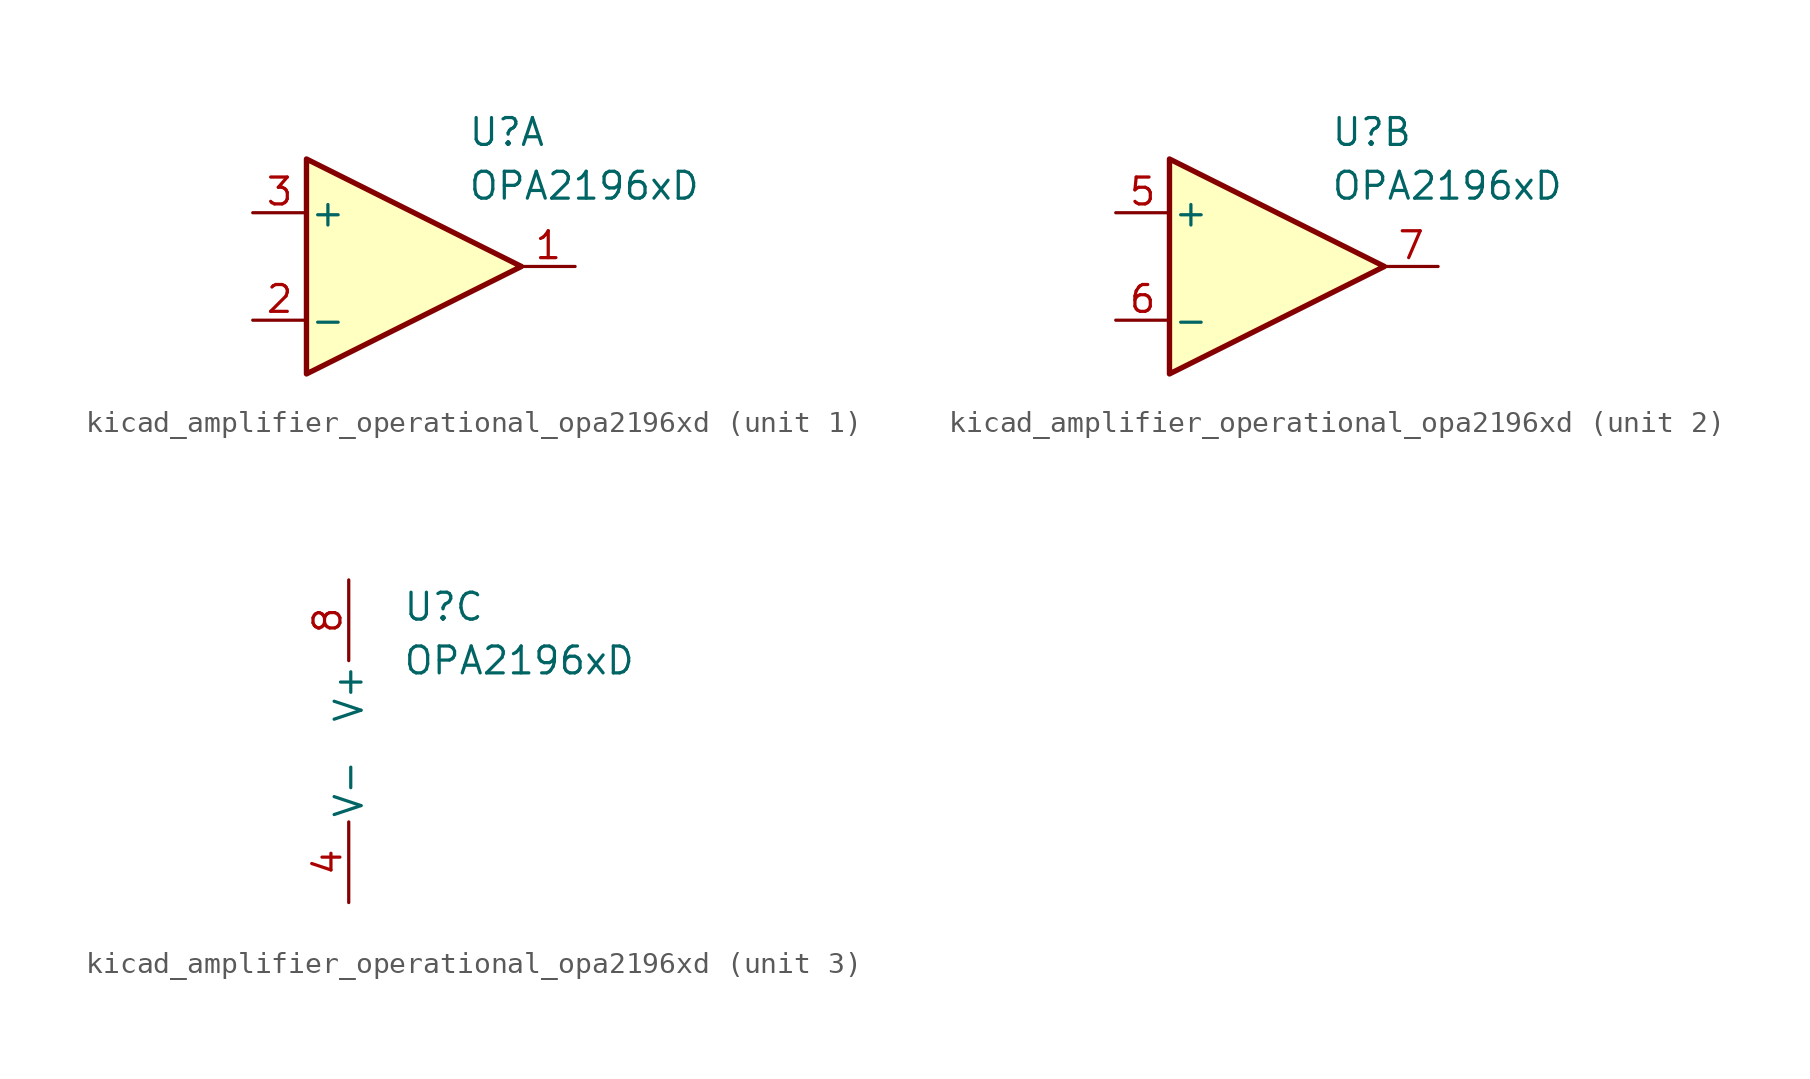
<source format=kicad_sym>
(kicad_symbol_lib
  (version 20220914)
  (generator kicad_symbol_editor)
  (symbol "kicad_amplifier_operational_opa2196xd"
    (pin_names
      (offset 0.127))
    (property "Reference" "U"
      (at 2.54 6.35 0)
      (effects (font (size 1.27 1.27)) (justify left)))
    (property "Value" "OPA2196xD"
      (at 2.54 3.81 0)
      (effects (font (size 1.27 1.27)) (justify left)))
    (property "ki_locked" ""
      (at 0 0 0)
      (effects (font (size 1.27 1.27))))
    (symbol "kicad_amplifier_operational_opa2196xd_1_1"
      (polyline (pts (xy 5.08 0) (xy -5.08 5.08) (xy -5.08 -5.08) (xy 5.08 0)) (stroke (width 0.254) (type default)) (fill (type background)))
      (pin output line (at 7.62 0 180) (length 2.54) (name "~" (effects (font (size 1.27 1.27)))) (number "1" (effects (font (size 1.27 1.27)))))
      (pin input line (at -7.62 -2.54 0) (length 2.54) (name "-" (effects (font (size 1.27 1.27)))) (number "2" (effects (font (size 1.27 1.27)))))
      (pin input line (at -7.62 2.54 0) (length 2.54) (name "+" (effects (font (size 1.27 1.27)))) (number "3" (effects (font (size 1.27 1.27))))))
    (symbol "kicad_amplifier_operational_opa2196xd_2_1"
      (polyline (pts (xy 5.08 0) (xy -5.08 5.08) (xy -5.08 -5.08) (xy 5.08 0)) (stroke (width 0.254) (type default)) (fill (type background)))
      (pin input line (at -7.62 2.54 0) (length 2.54) (name "+" (effects (font (size 1.27 1.27)))) (number "5" (effects (font (size 1.27 1.27)))))
      (pin input line (at -7.62 -2.54 0) (length 2.54) (name "-" (effects (font (size 1.27 1.27)))) (number "6" (effects (font (size 1.27 1.27)))))
      (pin output line (at 7.62 0 180) (length 2.54) (name "~" (effects (font (size 1.27 1.27)))) (number "7" (effects (font (size 1.27 1.27))))))
    (symbol "kicad_amplifier_operational_opa2196xd_3_1"
      (pin power_in line (at 0 -7.62 90) (length 3.81) (name "V-" (effects (font (size 1.27 1.27)))) (number "4" (effects (font (size 1.27 1.27)))))
      (pin power_in line (at 0 7.62 270) (length 3.81) (name "V+" (effects (font (size 1.27 1.27)))) (number "8" (effects (font (size 1.27 1.27))))))))
</source>
